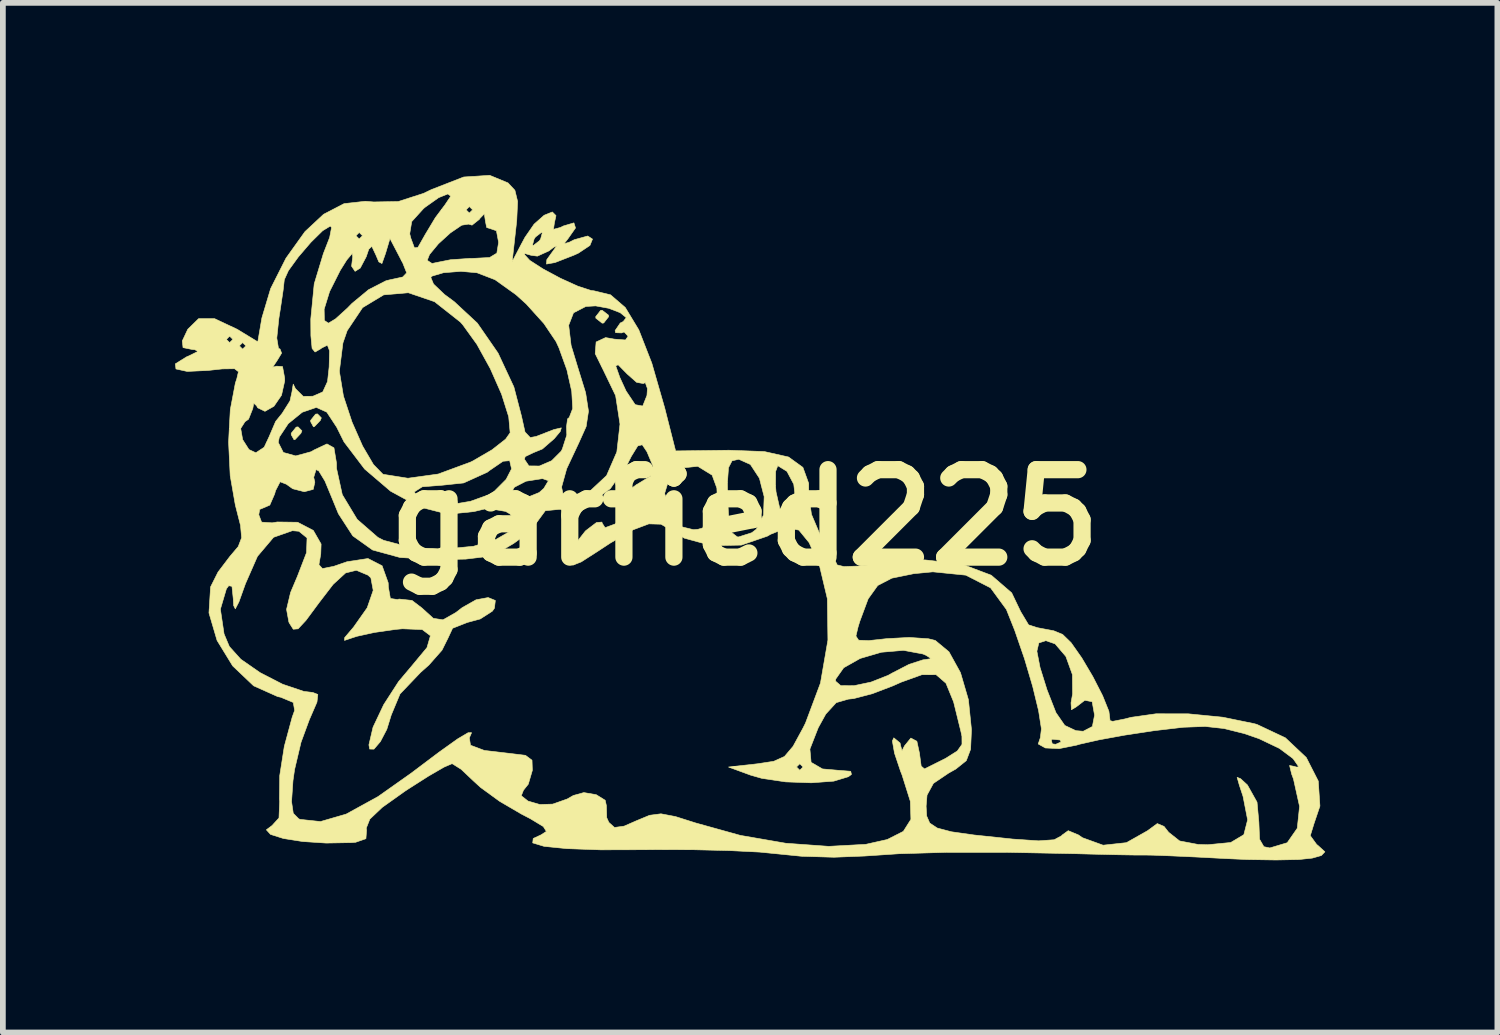
<source format=kicad_pcb>
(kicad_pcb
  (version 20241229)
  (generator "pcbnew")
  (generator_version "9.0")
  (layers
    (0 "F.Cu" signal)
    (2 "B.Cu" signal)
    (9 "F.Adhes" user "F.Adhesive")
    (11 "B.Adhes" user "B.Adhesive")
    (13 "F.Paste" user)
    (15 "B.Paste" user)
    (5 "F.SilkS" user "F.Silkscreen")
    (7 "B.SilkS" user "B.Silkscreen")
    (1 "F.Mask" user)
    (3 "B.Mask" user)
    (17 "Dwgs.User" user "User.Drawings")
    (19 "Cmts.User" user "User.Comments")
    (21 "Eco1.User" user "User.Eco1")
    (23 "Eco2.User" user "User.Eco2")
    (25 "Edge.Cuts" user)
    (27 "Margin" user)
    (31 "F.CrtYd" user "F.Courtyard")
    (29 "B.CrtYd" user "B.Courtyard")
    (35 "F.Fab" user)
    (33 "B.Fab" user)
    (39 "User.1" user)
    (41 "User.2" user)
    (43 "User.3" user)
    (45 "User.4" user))
  (footprint "garfied225"
    (layer "F.Cu")
    (at 9.926 5.968)
    (property "Reference" "garfied225" (at 0 0 0) (layer "F.SilkS") (effects (font (size 1.524 1.524) (thickness 0.3))))
    (attr through_hole)
    (fp_poly (pts (xy -7.715 -1.511) (xy -7.733 -1.468) (xy -7.834 -1.36) (xy -7.852 -1.355) (xy -7.901 -1.442) (xy -7.902 -1.468) (xy -7.815 -1.576) (xy -7.783 -1.58) (xy -7.715 -1.511)) (stroke (width 0.01) (type solid)) (fill yes) (layer "F.SilkS"))
    (fp_poly (pts (xy -7.377 -1.737) (xy -7.394 -1.693) (xy -7.496 -1.586) (xy -7.514 -1.58) (xy -7.562 -1.668) (xy -7.564 -1.693) (xy -7.477 -1.802) (xy -7.444 -1.806) (xy -7.377 -1.737)) (stroke (width 0.01) (type solid)) (fill yes) (layer "F.SilkS"))
    (fp_poly (pts (xy -2.374 -3.527) (xy -2.371 -3.5) (xy -2.457 -3.39) (xy -2.484 -3.387) (xy -2.593 -3.473) (xy -2.596 -3.5) (xy -2.511 -3.609) (xy -2.484 -3.612) (xy -2.374 -3.527)) (stroke (width 0.01) (type solid)) (fill yes) (layer "F.SilkS"))
    (fp_poly (pts (xy -4.124 -5.831) (xy -4.004 -5.702) (xy -3.957 -5.508) (xy -3.972 -5.18) (xy -3.984 -5.069) (xy -4.052 -4.459) (xy -3.9 -4.749) (xy -3.698 -4.749) (xy -3.682 -4.741) (xy -3.579 -4.821) (xy -3.556 -4.854) (xy -3.527 -4.96) (xy -3.543 -4.967) (xy -3.646 -4.888) (xy -3.669 -4.854) (xy -3.698 -4.749) (xy -3.9 -4.749) (xy -3.829 -4.882) (xy -3.67 -5.112) (xy -3.495 -5.267) (xy -3.352 -5.325) (xy -3.288 -5.261) (xy -3.316 -5.134) (xy -3.332 -5.022) (xy -3.21 -5.055) (xy -3.158 -5.081) (xy -2.976 -5.135) (xy -2.948 -5.046) (xy -3.076 -4.863) (xy -3.148 -4.77) (xy -3.055 -4.798) (xy -2.97 -4.841) (xy -2.735 -4.906) (xy -2.652 -4.852) (xy -2.697 -4.741) (xy -2.9 -4.606) (xy -2.98 -4.57) (xy -3.306 -4.443) (xy -3.454 -4.417) (xy -3.448 -4.494) (xy -3.372 -4.6) (xy -3.275 -4.734) (xy -3.332 -4.707) (xy -3.41 -4.647) (xy -3.612 -4.555) (xy -3.72 -4.569) (xy -3.829 -4.6) (xy -3.838 -4.583) (xy -3.745 -4.481) (xy -3.512 -4.331) (xy -3.21 -4.169) (xy -2.908 -4.032) (xy -2.675 -3.956) (xy -2.627 -3.951) (xy -2.338 -3.881) (xy -2.081 -3.66) (xy -1.845 -3.27) (xy -1.619 -2.691) (xy -1.393 -1.906) (xy -1.379 -1.85) (xy -1.204 -1.161) (xy -0.275 -1.173) (xy 0.342 -1.15) (xy 0.764 -1.055) (xy 1.014 -0.874) (xy 1.115 -0.595) (xy 1.116 -0.4) (xy 1.163 -0.056) (xy 1.32 0.314) (xy 1.334 0.339) (xy 1.496 0.608) (xy 1.598 0.796) (xy 1.61 0.825) (xy 1.728 0.854) (xy 2.008 0.844) (xy 2.388 0.796) (xy 2.392 0.796) (xy 3.139 0.738) (xy 3.783 0.811) (xy 4.296 1.005) (xy 4.652 1.312) (xy 4.809 1.64) (xy 4.947 1.87) (xy 5.1 1.919) (xy 5.385 1.973) (xy 5.539 2.036) (xy 5.686 2.179) (xy 5.873 2.445) (xy 6.067 2.773) (xy 6.236 3.103) (xy 6.346 3.376) (xy 6.365 3.529) (xy 6.36 3.537) (xy 6.413 3.551) (xy 6.624 3.509) (xy 6.732 3.481) (xy 7.169 3.419) (xy 7.731 3.42) (xy 8.33 3.479) (xy 8.876 3.591) (xy 8.924 3.604) (xy 9.421 3.838) (xy 9.785 4.181) (xy 9.994 4.591) (xy 10.023 5.027) (xy 9.92 5.332) (xy 9.855 5.543) (xy 9.966 5.696) (xy 9.99 5.715) (xy 10.11 5.824) (xy 10.048 5.889) (xy 9.89 5.934) (xy 9.655 5.959) (xy 9.257 5.967) (xy 8.759 5.959) (xy 8.38 5.942) (xy 7.866 5.915) (xy 7.426 5.895) (xy 7.115 5.883) (xy 6.999 5.881) (xy 6.817 5.881) (xy 6.469 5.875) (xy 6.015 5.864) (xy 5.757 5.857) (xy 4.548 5.833) (xy 3.534 5.833) (xy 2.686 5.858) (xy 2.088 5.898) (xy 1.556 5.919) (xy 0.991 5.902) (xy 0.621 5.865) (xy 0.258 5.829) (xy -0.267 5.803) (xy -0.893 5.788) (xy -1.555 5.786) (xy -1.75 5.788) (xy -2.513 5.79) (xy -3.098 5.769) (xy -3.495 5.729) (xy -3.694 5.669) (xy -3.685 5.592) (xy -3.549 5.529) (xy -3.456 5.469) (xy -3.509 5.384) (xy -3.734 5.248) (xy -3.895 5.164) (xy -4.271 4.944) (xy -4.603 4.702) (xy -4.733 4.583) (xy -4.94 4.387) (xy -5.091 4.292) (xy -5.103 4.29) (xy -5.238 4.348) (xy -5.506 4.503) (xy -5.853 4.724) (xy -5.923 4.77) (xy -6.316 5.05) (xy -6.532 5.255) (xy -6.594 5.412) (xy -6.589 5.447) (xy -6.6 5.596) (xy -6.779 5.658) (xy -6.85 5.664) (xy -7.293 5.672) (xy -7.702 5.645) (xy -8.038 5.592) (xy -8.262 5.521) (xy -8.335 5.441) (xy -8.236 5.367) (xy -8.115 5.234) (xy -8.103 4.945) (xy -8.107 4.905) (xy -8.102 4.497) (xy -8.022 3.987) (xy -7.885 3.48) (xy -7.842 3.36) (xy -7.866 3.222) (xy -8.084 3.131) (xy -8.137 3.12) (xy -8.557 2.932) (xy -8.922 2.585) (xy -9.194 2.141) (xy -9.335 1.662) (xy -9.331 1.597) (xy -9.136 1.597) (xy -9.072 2.028) (xy -8.98 2.247) (xy -8.78 2.469) (xy -8.443 2.703) (xy -8.05 2.905) (xy -7.682 3.029) (xy -7.525 3.048) (xy -7.438 3.082) (xy -7.453 3.216) (xy -7.575 3.497) (xy -7.583 3.514) (xy -7.731 3.916) (xy -7.843 4.39) (xy -7.871 4.584) (xy -7.896 4.95) (xy -7.866 5.153) (xy -7.771 5.249) (xy -7.748 5.259) (xy -7.392 5.297) (xy -6.944 5.167) (xy -6.389 4.862) (xy -5.81 4.453) (xy -5.327 4.089) (xy -5.002 3.857) (xy -4.818 3.748) (xy -4.759 3.749) (xy -4.798 3.839) (xy -4.778 3.967) (xy -4.536 4.058) (xy -4.101 4.109) (xy -3.82 4.143) (xy -3.706 4.228) (xy -3.7 4.405) (xy -3.771 4.646) (xy -3.855 4.751) (xy -3.893 4.847) (xy -3.776 4.94) (xy -3.57 5) (xy -3.345 4.993) (xy -3.342 4.992) (xy -3.093 4.904) (xy -2.986 4.843) (xy -2.803 4.792) (xy -2.587 4.829) (xy -2.431 4.926) (xy -2.41 5.02) (xy -2.404 5.23) (xy -2.367 5.312) (xy -2.269 5.4) (xy -2.101 5.377) (xy -1.889 5.284) (xy -1.658 5.188) (xy -1.459 5.162) (xy -1.207 5.21) (xy -0.853 5.322) (xy -0.076 5.538) (xy 0.716 5.675) (xy 1.464 5.729) (xy 2.11 5.694) (xy 2.484 5.61) (xy 2.764 5.468) (xy 2.896 5.259) (xy 2.886 4.944) (xy 2.742 4.486) (xy 2.716 4.421) (xy 2.61 4.105) (xy 2.573 3.893) (xy 2.598 3.838) (xy 2.707 3.928) (xy 2.718 3.979) (xy 2.741 4.063) (xy 2.784 3.979) (xy 2.895 3.842) (xy 3 3.898) (xy 3.048 4.12) (xy 3.048 4.13) (xy 3.075 4.331) (xy 3.133 4.38) (xy 3.501 4.196) (xy 3.705 4.067) (xy 3.786 3.952) (xy 3.785 3.811) (xy 3.769 3.736) (xy 3.64 3.212) (xy 3.507 2.887) (xy 3.335 2.738) (xy 3.086 2.739) (xy 2.727 2.868) (xy 2.581 2.933) (xy 2.222 3.07) (xy 1.9 3.154) (xy 1.806 3.164) (xy 1.595 3.225) (xy 1.413 3.424) (xy 1.281 3.663) (xy 1.136 4.034) (xy 1.157 4.265) (xy 1.355 4.38) (xy 1.631 4.404) (xy 1.847 4.421) (xy 1.86 4.476) (xy 1.806 4.516) (xy 1.552 4.593) (xy 1.161 4.622) (xy 0.715 4.606) (xy 0.298 4.544) (xy 0.102 4.488) (xy -0.282 4.347) (xy -0.275 4.346) (xy 0.903 4.346) (xy 0.96 4.403) (xy 1.016 4.346) (xy 0.96 4.29) (xy 0.903 4.346) (xy -0.275 4.346) (xy 0.226 4.29) (xy 0.507 4.247) (xy 0.693 4.163) (xy 0.843 3.986) (xy 1.017 3.666) (xy 1.059 3.582) (xy 1.321 2.882) (xy 1.326 2.85) (xy 1.582 2.85) (xy 1.673 2.928) (xy 1.902 2.93) (xy 2.201 2.867) (xy 2.5 2.749) (xy 2.571 2.709) (xy 2.864 2.558) (xy 3.107 2.479) (xy 3.135 2.476) (xy 3.25 2.458) (xy 3.161 2.401) (xy 3.104 2.377) (xy 2.767 2.314) (xy 2.381 2.347) (xy 2.012 2.455) (xy 1.725 2.617) (xy 1.586 2.814) (xy 1.582 2.85) (xy 1.326 2.85) (xy 1.45 2.135) (xy 1.449 2.065) (xy 1.938 2.065) (xy 1.985 2.137) (xy 2.163 2.144) (xy 2.476 2.11) (xy 2.866 2.089) (xy 3.202 2.112) (xy 3.32 2.141) (xy 3.559 2.339) (xy 3.76 2.703) (xy 3.898 3.174) (xy 3.951 3.694) (xy 3.951 3.702) (xy 3.936 4.038) (xy 3.861 4.236) (xy 3.679 4.382) (xy 3.556 4.451) (xy 3.288 4.632) (xy 3.177 4.836) (xy 3.161 5.029) (xy 3.171 5.201) (xy 3.224 5.323) (xy 3.355 5.41) (xy 3.601 5.475) (xy 3.996 5.531) (xy 4.576 5.592) (xy 4.668 5.602) (xy 5.121 5.633) (xy 5.393 5.614) (xy 5.524 5.543) (xy 5.53 5.533) (xy 5.637 5.456) (xy 5.815 5.53) (xy 5.886 5.579) (xy 6.245 5.709) (xy 6.651 5.665) (xy 7.019 5.457) (xy 7.022 5.455) (xy 7.189 5.332) (xy 7.306 5.381) (xy 7.387 5.484) (xy 7.578 5.635) (xy 7.9 5.696) (xy 8.067 5.701) (xy 8.469 5.662) (xy 8.697 5.526) (xy 8.763 5.267) (xy 8.683 4.857) (xy 8.62 4.667) (xy 8.58 4.527) (xy 8.639 4.549) (xy 8.759 4.659) (xy 8.927 4.959) (xy 8.959 5.308) (xy 8.971 5.605) (xy 9.046 5.735) (xy 9.15 5.757) (xy 9.453 5.666) (xy 9.628 5.414) (xy 9.668 5.033) (xy 9.562 4.555) (xy 9.53 4.469) (xy 9.494 4.32) (xy 9.59 4.339) (xy 9.605 4.347) (xy 9.655 4.345) (xy 9.564 4.213) (xy 9.547 4.194) (xy 9.318 4.023) (xy 8.962 3.853) (xy 8.708 3.765) (xy 8.352 3.676) (xy 8.024 3.64) (xy 7.642 3.654) (xy 7.121 3.715) (xy 7.119 3.716) (xy 6.624 3.791) (xy 6.17 3.874) (xy 5.838 3.949) (xy 5.781 3.966) (xy 5.48 4.026) (xy 5.239 4.015) (xy 5.114 3.945) (xy 5.138 3.876) (xy 5.343 3.876) (xy 5.359 3.943) (xy 5.419 3.951) (xy 5.512 3.91) (xy 5.494 3.876) (xy 5.36 3.862) (xy 5.343 3.876) (xy 5.138 3.876) (xy 5.152 3.834) (xy 5.17 3.681) (xy 5.121 3.367) (xy 5.018 2.943) (xy 4.875 2.459) (xy 4.83 2.329) (xy 5.091 2.329) (xy 5.146 2.612) (xy 5.267 3) (xy 5.423 3.399) (xy 5.577 3.622) (xy 5.77 3.713) (xy 5.898 3.724) (xy 6.058 3.641) (xy 6.096 3.443) (xy 6.054 3.209) (xy 5.926 3.184) (xy 5.778 3.298) (xy 5.693 3.349) (xy 5.686 3.228) (xy 5.713 3.074) (xy 5.71 2.736) (xy 5.596 2.42) (xy 5.409 2.201) (xy 5.247 2.145) (xy 5.125 2.185) (xy 5.091 2.329) (xy 4.83 2.329) (xy 4.705 1.966) (xy 4.56 1.602) (xy 4.284 1.225) (xy 3.853 1.004) (xy 3.279 0.946) (xy 2.945 0.978) (xy 2.564 1.056) (xy 2.318 1.184) (xy 2.151 1.417) (xy 2.006 1.807) (xy 1.975 1.908) (xy 1.938 2.065) (xy 1.449 2.065) (xy 1.44 1.414) (xy 1.307 0.855) (xy 1.123 0.438) (xy 0.944 0.219) (xy 0.734 0.178) (xy 0.452 0.291) (xy 0.395 0.324) (xy -0.059 0.48) (xy -0.573 0.49) (xy -1.052 0.359) (xy -1.274 0.223) (xy -1.459 0.116) (xy -1.67 0.11) (xy -1.949 0.215) (xy -2.341 0.444) (xy -2.568 0.593) (xy -2.849 0.773) (xy -2.993 0.83) (xy -3.043 0.774) (xy -3.048 0.702) (xy -2.97 0.483) (xy -2.78 0.24) (xy -2.766 0.226) (xy -2.582 0.086) (xy -2.487 0.079) (xy -2.484 0.097) (xy -2.433 0.177) (xy -2.253 0.11) (xy -2.252 0.11) (xy -2.083 -0.064) (xy -2.09 -0.232) (xy -2.082 -0.418) (xy -1.396 -0.418) (xy -1.364 -0.339) (xy -1.268 -0.243) (xy -1.194 -0.049) (xy -1.094 0.162) (xy -0.895 0.211) (xy -0.815 0.205) (xy -0.595 0.14) (xy -0.497 -0.034) (xy -0.472 -0.205) (xy -0.485 -0.513) (xy -0.521 -0.611) (xy -0.301 -0.611) (xy -0.298 -0.34) (xy -0.276 0.053) (xy -0.224 0.264) (xy -0.13 0.336) (xy -0.107 0.338) (xy 0.124 0.264) (xy 0.203 0.203) (xy 0.328 -0.045) (xy 0.339 -0.365) (xy 0.29 -0.554) (xy 0.537 -0.554) (xy 0.546 -0.446) (xy 0.613 -0.151) (xy 0.717 -0.035) (xy 0.822 -0.11) (xy 0.884 -0.326) (xy 0.855 -0.58) (xy 0.736 -0.805) (xy 0.577 -0.903) (xy 0.576 -0.903) (xy 0.539 -0.804) (xy 0.537 -0.554) (xy 0.29 -0.554) (xy 0.257 -0.684) (xy 0.099 -0.925) (xy -0.104 -1.016) (xy -0.221 -0.988) (xy -0.282 -0.87) (xy -0.301 -0.611) (xy -0.521 -0.611) (xy -0.567 -0.737) (xy -0.571 -0.741) (xy -0.818 -0.893) (xy -1.094 -0.864) (xy -1.311 -0.665) (xy -1.334 -0.621) (xy -1.396 -0.418) (xy -2.082 -0.418) (xy -2.082 -0.427) (xy -1.883 -0.576) (xy -1.87 -0.582) (xy -1.641 -0.722) (xy -1.597 -0.894) (xy -1.703 -1.146) (xy -1.785 -1.268) (xy -1.863 -1.249) (xy -1.977 -1.064) (xy -2.055 -0.909) (xy -2.342 -0.503) (xy -2.709 -0.232) (xy -3.099 -0.131) (xy -3.229 -0.143) (xy -3.474 -0.119) (xy -3.553 -0.012) (xy -3.679 0.16) (xy -3.922 0.376) (xy -4.027 0.452) (xy -4.275 0.598) (xy -4.529 0.684) (xy -4.862 0.724) (xy -5.348 0.734) (xy -5.354 0.734) (xy -6.006 0.696) (xy -6.484 0.565) (xy -6.829 0.319) (xy -7.08 -0.068) (xy -7.19 -0.337) (xy -7.314 -0.636) (xy -7.422 -0.813) (xy -7.469 -0.835) (xy -7.51 -0.701) (xy -7.49 -0.617) (xy -7.518 -0.491) (xy -7.674 -0.45) (xy -7.876 -0.502) (xy -7.986 -0.581) (xy -8.095 -0.623) (xy -8.175 -0.468) (xy -8.19 -0.412) (xy -8.275 -0.217) (xy -8.366 -0.177) (xy -8.451 -0.142) (xy -8.467 -0.049) (xy -8.418 0.08) (xy -8.233 0.092) (xy -8.144 0.077) (xy -7.79 0.082) (xy -7.517 0.224) (xy -7.381 0.461) (xy -7.387 0.634) (xy -7.419 0.821) (xy -7.358 0.889) (xy -7.161 0.85) (xy -6.93 0.77) (xy -6.564 0.714) (xy -6.318 0.84) (xy -6.212 1.137) (xy -6.209 1.211) (xy -6.174 1.41) (xy -6.048 1.429) (xy -6.023 1.42) (xy -5.797 1.444) (xy -5.623 1.577) (xy -5.426 1.756) (xy -5.257 1.782) (xy -5.033 1.655) (xy -4.923 1.57) (xy -4.681 1.433) (xy -4.47 1.394) (xy -4.345 1.445) (xy -4.361 1.58) (xy -4.398 1.632) (xy -4.608 1.767) (xy -4.834 1.828) (xy -5.09 1.929) (xy -5.171 2.103) (xy -5.275 2.312) (xy -5.503 2.57) (xy -5.646 2.697) (xy -6.006 3.074) (xy -6.159 3.441) (xy -6.236 3.69) (xy -6.348 3.904) (xy -6.46 4.035) (xy -6.535 4.034) (xy -6.548 3.961) (xy -6.476 3.653) (xy -6.29 3.26) (xy -6.03 2.857) (xy -5.795 2.578) (xy -5.536 2.266) (xy -5.476 2.059) (xy -5.618 1.952) (xy -5.964 1.938) (xy -6.082 1.949) (xy -6.451 2.002) (xy -6.756 2.069) (xy -6.83 2.093) (xy -6.973 2.141) (xy -6.971 2.093) (xy -6.819 1.914) (xy -6.815 1.909) (xy -6.578 1.573) (xy -6.473 1.269) (xy -6.514 1.05) (xy -6.564 1.004) (xy -6.766 0.919) (xy -6.954 0.965) (xy -7.171 1.164) (xy -7.417 1.484) (xy -7.645 1.792) (xy -7.782 1.939) (xy -7.866 1.946) (xy -7.934 1.839) (xy -7.943 1.82) (xy -7.983 1.6) (xy -7.913 1.306) (xy -7.794 1.025) (xy -7.635 0.612) (xy -7.626 0.355) (xy -7.768 0.239) (xy -7.881 0.229) (xy -8.209 0.344) (xy -8.49 0.676) (xy -8.699 1.152) (xy -8.813 1.47) (xy -8.876 1.591) (xy -8.905 1.533) (xy -8.912 1.411) (xy -8.934 1.198) (xy -8.991 1.188) (xy -9.031 1.242) (xy -9.136 1.597) (xy -9.331 1.597) (xy -9.307 1.209) (xy -9.307 1.209) (xy -9.177 0.95) (xy -8.97 0.677) (xy -8.825 0.506) (xy -8.766 0.352) (xy -8.785 0.137) (xy -8.875 -0.216) (xy -8.877 -0.226) (xy -8.965 -0.73) (xy -8.993 -1.313) (xy -8.981 -1.552) (xy -8.782 -1.552) (xy -8.748 -1.358) (xy -8.638 -1.185) (xy -8.518 -1.129) (xy -8.373 -1.225) (xy -8.333 -1.31) (xy -8.128 -1.31) (xy -8.039 -1.134) (xy -7.823 -1.074) (xy -7.555 -1.147) (xy -7.504 -1.177) (xy -7.279 -1.283) (xy -7.157 -1.215) (xy -7.113 -0.95) (xy -7.112 -0.856) (xy -7.012 -0.399) (xy -6.753 0.031) (xy -6.391 0.346) (xy -6.291 0.397) (xy -5.827 0.519) (xy -5.27 0.553) (xy -4.724 0.5) (xy -4.335 0.382) (xy -4.045 0.214) (xy -3.967 0.073) (xy -4.094 -0.065) (xy -4.166 -0.107) (xy -4.481 -0.161) (xy -4.719 -0.104) (xy -5.169 -0.058) (xy -5.669 -0.186) (xy -6.149 -0.448) (xy -5.756 -0.448) (xy -5.682 -0.301) (xy -5.475 -0.225) (xy -5.145 -0.222) (xy -4.778 -0.283) (xy -4.461 -0.397) (xy -4.394 -0.439) (xy -4.064 -0.439) (xy -3.979 -0.349) (xy -3.787 -0.352) (xy -3.581 -0.436) (xy -3.5 -0.508) (xy -3.486 -0.531) (xy -3.191 -0.531) (xy -3.155 -0.361) (xy -3.089 -0.339) (xy -2.853 -0.39) (xy -2.703 -0.455) (xy -2.407 -0.731) (xy -2.228 -1.143) (xy -2.173 -1.628) (xy -2.249 -2.124) (xy -2.461 -2.564) (xy -2.5 -2.643) (xy -2.247 -2.643) (xy -2.175 -2.439) (xy -2.067 -2.205) (xy -1.908 -1.967) (xy -1.777 -1.943) (xy -1.703 -2.128) (xy -1.695 -2.248) (xy -1.732 -2.351) (xy -1.767 -2.335) (xy -1.883 -2.356) (xy -2.049 -2.503) (xy -2.205 -2.662) (xy -2.247 -2.643) (xy -2.5 -2.643) (xy -2.605 -2.856) (xy -2.589 -3.059) (xy -2.424 -3.136) (xy -2.272 -3.109) (xy -2.077 -3.094) (xy -2.032 -3.16) (xy -2.101 -3.234) (xy -2.145 -3.217) (xy -2.249 -3.221) (xy -2.258 -3.258) (xy -2.168 -3.39) (xy -2.117 -3.415) (xy -2.064 -3.483) (xy -2.169 -3.569) (xy -2.368 -3.646) (xy -2.597 -3.688) (xy -2.768 -3.678) (xy -2.983 -3.567) (xy -3.067 -3.351) (xy -3.025 -3) (xy -2.912 -2.627) (xy -2.772 -2.175) (xy -2.722 -1.853) (xy -2.763 -1.585) (xy -2.892 -1.298) (xy -3.102 -0.851) (xy -3.191 -0.531) (xy -3.486 -0.531) (xy -3.42 -0.642) (xy -3.519 -0.677) (xy -3.533 -0.677) (xy -3.811 -0.633) (xy -4.014 -0.528) (xy -4.064 -0.439) (xy -4.394 -0.439) (xy -4.361 -0.46) (xy -4.157 -0.665) (xy -4.064 -0.846) (xy -4.064 -0.855) (xy -4.095 -0.991) (xy -4.211 -0.981) (xy -4.448 -0.819) (xy -4.485 -0.79) (xy -4.897 -0.603) (xy -5.265 -0.564) (xy -5.618 -0.536) (xy -5.756 -0.448) (xy -6.149 -0.448) (xy -6.17 -0.459) (xy -6.623 -0.846) (xy -6.982 -1.319) (xy -7.109 -1.574) (xy -7.282 -1.837) (xy -7.464 -1.919) (xy -7.709 -1.835) (xy -7.953 -1.637) (xy -8.109 -1.402) (xy -8.128 -1.31) (xy -8.333 -1.31) (xy -8.288 -1.406) (xy -8.173 -1.675) (xy -8.06 -1.815) (xy -7.923 -2.032) (xy -7.889 -2.187) (xy -7.867 -2.325) (xy -7.828 -2.246) (xy -7.693 -2.112) (xy -7.524 -2.114) (xy -7.352 -2.189) (xy -7.269 -2.37) (xy -7.249 -2.549) (xy -7.063 -2.549) (xy -6.992 -2.117) (xy -6.842 -1.663) (xy -6.658 -1.246) (xy -6.469 -0.924) (xy -6.306 -0.757) (xy -6.297 -0.753) (xy -5.868 -0.685) (xy -5.341 -0.758) (xy -4.78 -0.965) (xy -4.733 -0.988) (xy -4.402 -1.181) (xy -4.166 -1.366) (xy -4.087 -1.478) (xy -4.112 -1.755) (xy -4.236 -2.149) (xy -4.432 -2.593) (xy -4.667 -3.019) (xy -4.913 -3.36) (xy -4.955 -3.407) (xy -5.404 -3.761) (xy -5.861 -3.917) (xy -6.291 -3.88) (xy -6.658 -3.658) (xy -6.927 -3.256) (xy -7.001 -3.042) (xy -7.063 -2.549) (xy -7.249 -2.549) (xy -7.241 -2.624) (xy -7.234 -2.906) (xy -7.271 -3.004) (xy -7.37 -2.955) (xy -7.389 -2.94) (xy -7.486 -2.884) (xy -7.538 -2.947) (xy -7.559 -3.168) (xy -7.561 -3.458) (xy -7.544 -3.631) (xy -7.328 -3.631) (xy -7.324 -3.434) (xy -7.253 -3.387) (xy -7.129 -3.462) (xy -6.922 -3.65) (xy -6.843 -3.731) (xy -6.554 -3.97) (xy -6.252 -4.125) (xy -6.194 -4.14) (xy -5.987 -4.185) (xy -5.47 -4.185) (xy -5.422 -4.069) (xy -5.23 -3.886) (xy -5.062 -3.762) (xy -4.659 -3.388) (xy -4.298 -2.866) (xy -4.022 -2.275) (xy -3.89 -1.769) (xy -3.828 -1.49) (xy -3.737 -1.394) (xy -3.634 -1.413) (xy -3.325 -1.533) (xy -3.195 -1.563) (xy -3.214 -1.5) (xy -3.319 -1.374) (xy -3.525 -1.195) (xy -3.686 -1.129) (xy -3.825 -1.062) (xy -3.838 -1.016) (xy -3.76 -0.9) (xy -3.577 -0.898) (xy -3.364 -0.99) (xy -3.198 -1.156) (xy -3.178 -1.194) (xy -3.1 -1.437) (xy -3.105 -1.581) (xy -3.087 -1.719) (xy -3.057 -1.744) (xy -2.997 -1.9) (xy -3.014 -2.199) (xy -3.098 -2.573) (xy -3.237 -2.958) (xy -3.287 -3.066) (xy -3.499 -3.381) (xy -3.807 -3.722) (xy -3.988 -3.885) (xy -4.35 -4.144) (xy -4.664 -4.265) (xy -4.944 -4.29) (xy -5.248 -4.266) (xy -5.445 -4.208) (xy -5.47 -4.185) (xy -5.987 -4.185) (xy -5.959 -4.191) (xy -5.89 -4.264) (xy -5.957 -4.433) (xy -5.983 -4.482) (xy -5.532 -4.482) (xy -5.448 -4.427) (xy -5.353 -4.447) (xy -5.127 -4.492) (xy -4.798 -4.515) (xy -4.732 -4.516) (xy -4.445 -4.531) (xy -4.319 -4.607) (xy -4.29 -4.784) (xy -4.29 -4.804) (xy -4.326 -4.997) (xy -4.403 -5.024) (xy -4.496 -5.054) (xy -4.517 -5.158) (xy -4.537 -5.292) (xy -4.613 -5.213) (xy -4.624 -5.196) (xy -4.751 -5.095) (xy -4.812 -5.113) (xy -4.931 -5.094) (xy -5.128 -4.96) (xy -5.337 -4.77) (xy -5.492 -4.583) (xy -5.532 -4.482) (xy -5.983 -4.482) (xy -6.025 -4.563) (xy -6.181 -4.862) (xy -6.258 -4.604) (xy -6.321 -4.426) (xy -6.375 -4.455) (xy -6.425 -4.572) (xy -6.497 -4.725) (xy -6.55 -4.676) (xy -6.595 -4.544) (xy -6.699 -4.347) (xy -6.789 -4.29) (xy -6.85 -4.38) (xy -6.83 -4.544) (xy -6.838 -4.602) (xy -6.934 -4.488) (xy -7.048 -4.306) (xy -7.233 -3.938) (xy -7.328 -3.631) (xy -7.544 -3.631) (xy -7.501 -4.072) (xy -7.341 -4.6) (xy -7.232 -4.88) (xy -7.226 -4.911) (xy -6.773 -4.911) (xy -6.717 -4.854) (xy -6.66 -4.911) (xy -6.693 -4.944) (xy -5.837 -4.944) (xy -5.817 -4.866) (xy -5.755 -4.699) (xy -5.694 -4.707) (xy -5.583 -4.903) (xy -5.569 -4.928) (xy -5.39 -5.226) (xy -5.288 -5.362) (xy -4.854 -5.362) (xy -4.798 -5.306) (xy -4.741 -5.362) (xy -4.798 -5.419) (xy -4.854 -5.362) (xy -5.288 -5.362) (xy -5.224 -5.447) (xy -5.122 -5.599) (xy -5.172 -5.639) (xy -5.333 -5.574) (xy -5.566 -5.409) (xy -5.596 -5.384) (xy -5.802 -5.157) (xy -5.837 -4.944) (xy -6.693 -4.944) (xy -6.717 -4.967) (xy -6.773 -4.911) (xy -7.226 -4.911) (xy -7.199 -5.053) (xy -7.219 -5.08) (xy -7.354 -4.998) (xy -7.559 -4.796) (xy -7.777 -4.542) (xy -7.951 -4.302) (xy -8.022 -4.145) (xy -8.043 -3.958) (xy -8.09 -3.641) (xy -8.117 -3.471) (xy -8.153 -3.128) (xy -8.124 -2.951) (xy -8.096 -2.935) (xy -8.069 -2.865) (xy -8.142 -2.744) (xy -8.225 -2.619) (xy -8.156 -2.638) (xy -8.053 -2.631) (xy -8.016 -2.43) (xy -8.015 -2.381) (xy -8.071 -2.131) (xy -8.203 -1.939) (xy -8.359 -1.851) (xy -8.487 -1.913) (xy -8.505 -1.948) (xy -8.555 -1.992) (xy -8.571 -1.9) (xy -8.645 -1.714) (xy -8.707 -1.67) (xy -8.782 -1.552) (xy -8.981 -1.552) (xy -8.963 -1.881) (xy -8.875 -2.343) (xy -8.85 -2.418) (xy -8.821 -2.541) (xy -8.889 -2.593) (xy -9.102 -2.59) (xy -9.351 -2.563) (xy -9.714 -2.546) (xy -9.91 -2.589) (xy -9.921 -2.678) (xy -9.727 -2.799) (xy -9.68 -2.819) (xy -9.527 -2.895) (xy -9.581 -2.925) (xy -9.624 -2.928) (xy -9.787 -2.961) (xy -9.79 -2.992) (xy -8.805 -2.992) (xy -8.749 -2.935) (xy -8.692 -2.992) (xy -8.749 -3.048) (xy -8.805 -2.992) (xy -9.79 -2.992) (xy -9.8 -3.078) (xy -9.787 -3.104) (xy -9.031 -3.104) (xy -8.975 -3.048) (xy -8.918 -3.104) (xy -8.975 -3.161) (xy -9.031 -3.104) (xy -9.787 -3.104) (xy -9.704 -3.281) (xy -9.516 -3.465) (xy -9.235 -3.465) (xy -8.842 -3.28) (xy -8.484 -3.062) (xy -8.413 -3.478) (xy -8.26 -3.99) (xy -7.993 -4.519) (xy -7.662 -4.982) (xy -7.338 -5.284) (xy -6.98 -5.47) (xy -6.61 -5.511) (xy -6.465 -5.499) (xy -6.035 -5.507) (xy -5.598 -5.648) (xy -5.458 -5.715) (xy -4.896 -5.934) (xy -4.443 -5.963) (xy -4.124 -5.831)) (stroke (width 0.01) (type solid)) (fill yes) (layer "F.SilkS")))
  (gr_rect
    (start -3 -3)
    (end 23.041 14.94)
    (stroke (width 0.1) (type default))
    (fill no)
    (layer "Edge.Cuts")))
</source>
